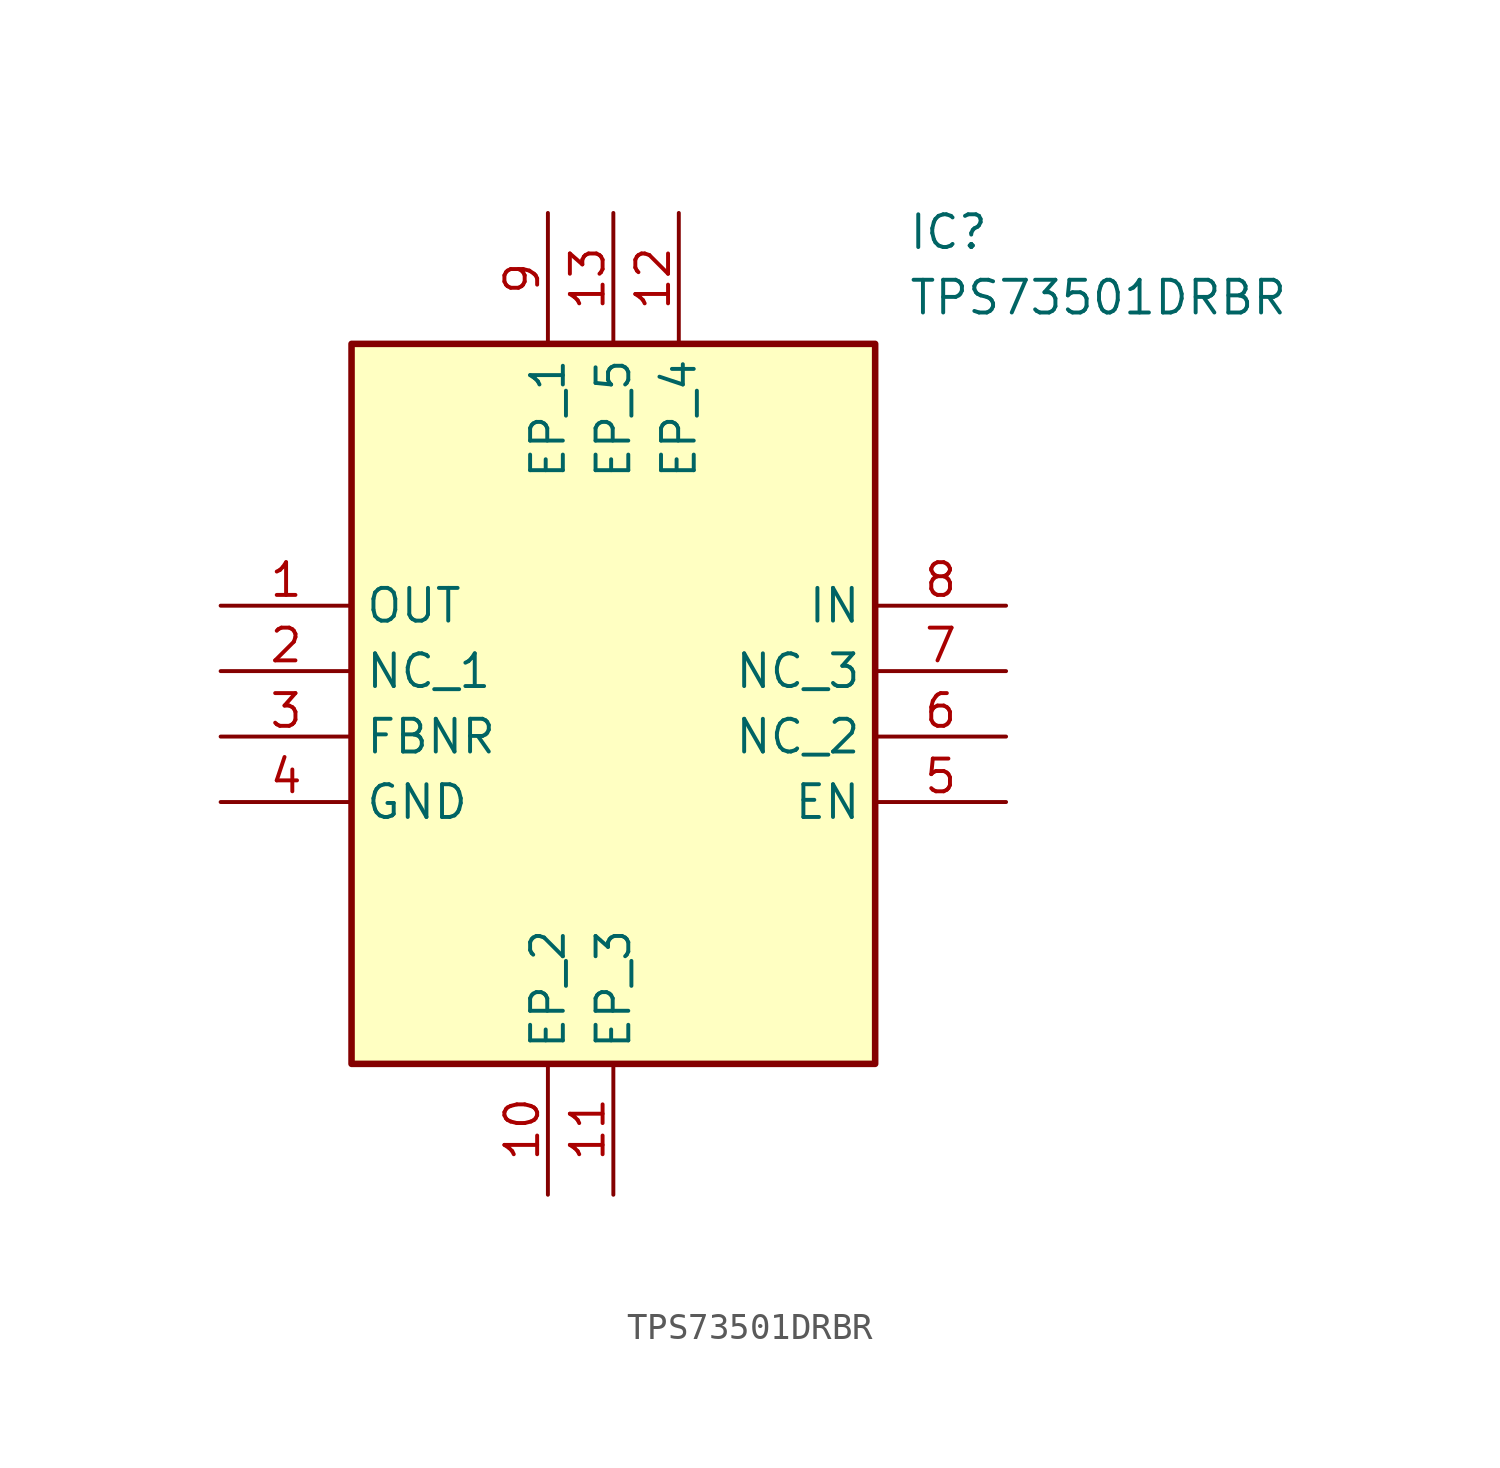
<source format=kicad_sym>
(kicad_symbol_lib
  (version 20211014)
  (generator SamacSys_ECAD_Model)
  (symbol "TPS73501DRBR"
    (property "Reference" "IC"
      (at 26.67 15.24 0)
      (effects (font (size 1.27 1.27)) (justify left top)))
    (property "Value" "TPS73501DRBR"
      (at 26.67 12.7 0)
      (effects (font (size 1.27 1.27)) (justify left top)))
    (rectangle
      (start 5.08 10.16)
      (end 25.4 -17.78)
      (stroke (width 0.254) (type default))
      (fill (type background)))
    (pin passive line
      (at 0 0 0)
      (length 5.08)
      (name "OUT" (effects (font (size 1.27 1.27))))
      (number "1" (effects (font (size 1.27 1.27)))))
    (pin passive line
      (at 0 -2.54 0)
      (length 5.08)
      (name "NC_1" (effects (font (size 1.27 1.27))))
      (number "2" (effects (font (size 1.27 1.27)))))
    (pin passive line
      (at 0 -5.08 0)
      (length 5.08)
      (name "FBNR" (effects (font (size 1.27 1.27))))
      (number "3" (effects (font (size 1.27 1.27)))))
    (pin passive line
      (at 0 -7.62 0)
      (length 5.08)
      (name "GND" (effects (font (size 1.27 1.27))))
      (number "4" (effects (font (size 1.27 1.27)))))
    (pin passive line
      (at 30.48 -7.62 180)
      (length 5.08)
      (name "EN" (effects (font (size 1.27 1.27))))
      (number "5" (effects (font (size 1.27 1.27)))))
    (pin passive line
      (at 30.48 -5.08 180)
      (length 5.08)
      (name "NC_2" (effects (font (size 1.27 1.27))))
      (number "6" (effects (font (size 1.27 1.27)))))
    (pin passive line
      (at 30.48 -2.54 180)
      (length 5.08)
      (name "NC_3" (effects (font (size 1.27 1.27))))
      (number "7" (effects (font (size 1.27 1.27)))))
    (pin passive line
      (at 30.48 0 180)
      (length 5.08)
      (name "IN" (effects (font (size 1.27 1.27))))
      (number "8" (effects (font (size 1.27 1.27)))))
    (pin passive line
      (at 12.7 15.24 270)
      (length 5.08)
      (name "EP_1" (effects (font (size 1.27 1.27))))
      (number "9" (effects (font (size 1.27 1.27)))))
    (pin passive line
      (at 12.7 -22.86 90)
      (length 5.08)
      (name "EP_2" (effects (font (size 1.27 1.27))))
      (number "10" (effects (font (size 1.27 1.27)))))
    (pin passive line
      (at 15.24 -22.86 90)
      (length 5.08)
      (name "EP_3" (effects (font (size 1.27 1.27))))
      (number "11" (effects (font (size 1.27 1.27)))))
    (pin passive line
      (at 17.78 15.24 270)
      (length 5.08)
      (name "EP_4" (effects (font (size 1.27 1.27))))
      (number "12" (effects (font (size 1.27 1.27)))))
    (pin passive line
      (at 15.24 15.24 270)
      (length 5.08)
      (name "EP_5" (effects (font (size 1.27 1.27))))
      (number "13" (effects (font (size 1.27 1.27)))))))
</source>
